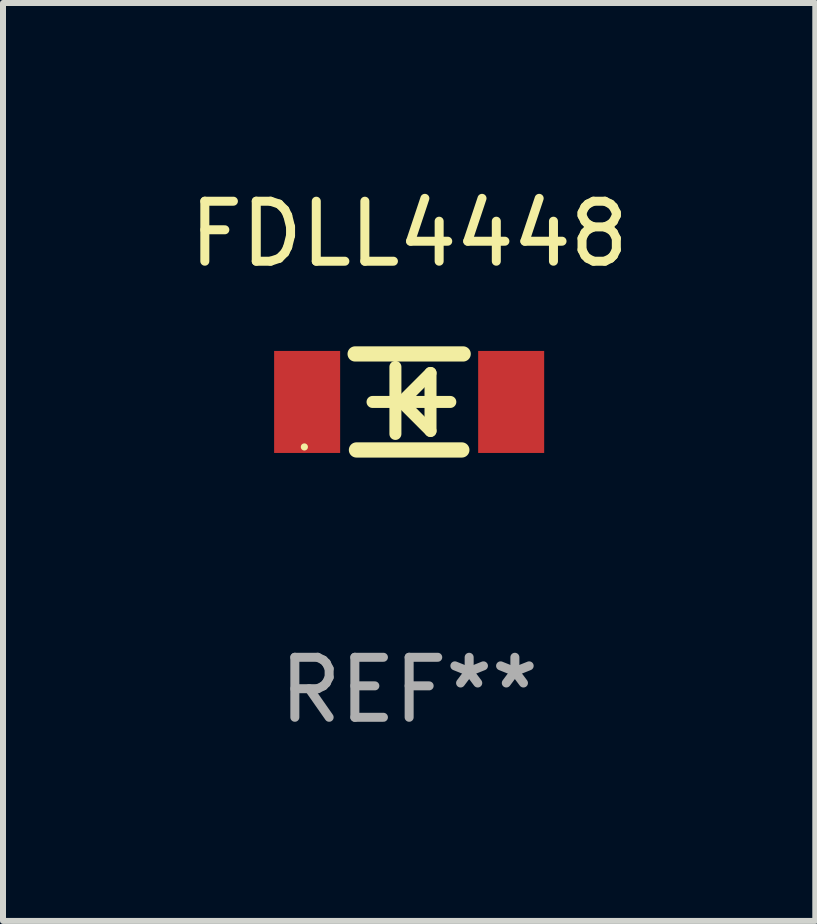
<source format=kicad_pcb>
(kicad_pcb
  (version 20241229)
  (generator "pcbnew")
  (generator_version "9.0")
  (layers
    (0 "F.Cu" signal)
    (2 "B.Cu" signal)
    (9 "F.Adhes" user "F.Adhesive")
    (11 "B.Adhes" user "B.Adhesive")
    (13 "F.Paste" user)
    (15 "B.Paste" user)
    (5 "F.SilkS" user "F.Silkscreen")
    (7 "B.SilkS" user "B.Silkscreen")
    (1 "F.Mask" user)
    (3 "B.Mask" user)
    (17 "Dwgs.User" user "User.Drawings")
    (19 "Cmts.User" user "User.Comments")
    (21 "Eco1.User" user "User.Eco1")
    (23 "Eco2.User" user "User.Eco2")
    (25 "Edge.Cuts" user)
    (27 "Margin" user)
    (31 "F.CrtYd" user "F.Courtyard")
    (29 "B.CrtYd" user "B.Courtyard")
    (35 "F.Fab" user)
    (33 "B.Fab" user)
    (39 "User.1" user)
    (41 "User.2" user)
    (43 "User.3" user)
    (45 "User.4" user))
  (footprint "FDLL4448"
    (layer "F.Cu")
    (at 3.768 3.648)
    (property "Reference" "FDLL4448" (at 0 -2.8 0) (layer "F.SilkS") (effects (font (size 1 1) (thickness 0.15))))
    (attr through_hole)
    (fp_line (start -0.9 -0.8) (end 0.9 -0.8) (stroke (width 0.254) (type solid)) (layer "F.SilkS"))
    (fp_line (start -0.878 0.8) (end 0.878 0.8) (stroke (width 0.254) (type solid)) (layer "F.SilkS"))
    (fp_line (start -0.61 0) (end 0.686 0) (stroke (width 0.2) (type solid)) (layer "F.SilkS"))
    (fp_line (start -0.229 -0.584) (end -0.229 0.533) (stroke (width 0.2) (type solid)) (layer "F.SilkS"))
    (fp_line (start -0.127 0) (end 0.356 -0.483) (stroke (width 0.2) (type solid)) (layer "F.SilkS"))
    (fp_line (start 0.356 -0.483) (end 0.356 0.483) (stroke (width 0.2) (type solid)) (layer "F.SilkS"))
    (fp_line (start 0.356 0.483) (end -0.102 0.025) (stroke (width 0.2) (type solid)) (layer "F.SilkS"))
    (fp_circle (center -1.746 0.75) (end -1.716 0.75) (stroke (width 0.06) (type solid)) (fill no) (layer "F.SilkS"))
    (fp_text user "REF**" (at 0 4.8 0) (layer "F.Fab") (effects (font (size 1 1) (thickness 0.15))))
    (pad "1" smd rect (at -1.7 0 180) (size 1.1 1.7) (layers "F.Cu" "F.Mask" "F.Paste"))
    (pad "2" smd rect (at 1.7 0 180) (size 1.1 1.7) (layers "F.Cu" "F.Mask" "F.Paste")))
  (gr_rect
    (start -3 -3)
    (end 10.536 12.296)
    (stroke (width 0.1) (type default))
    (fill no)
    (layer "Edge.Cuts")))
</source>
